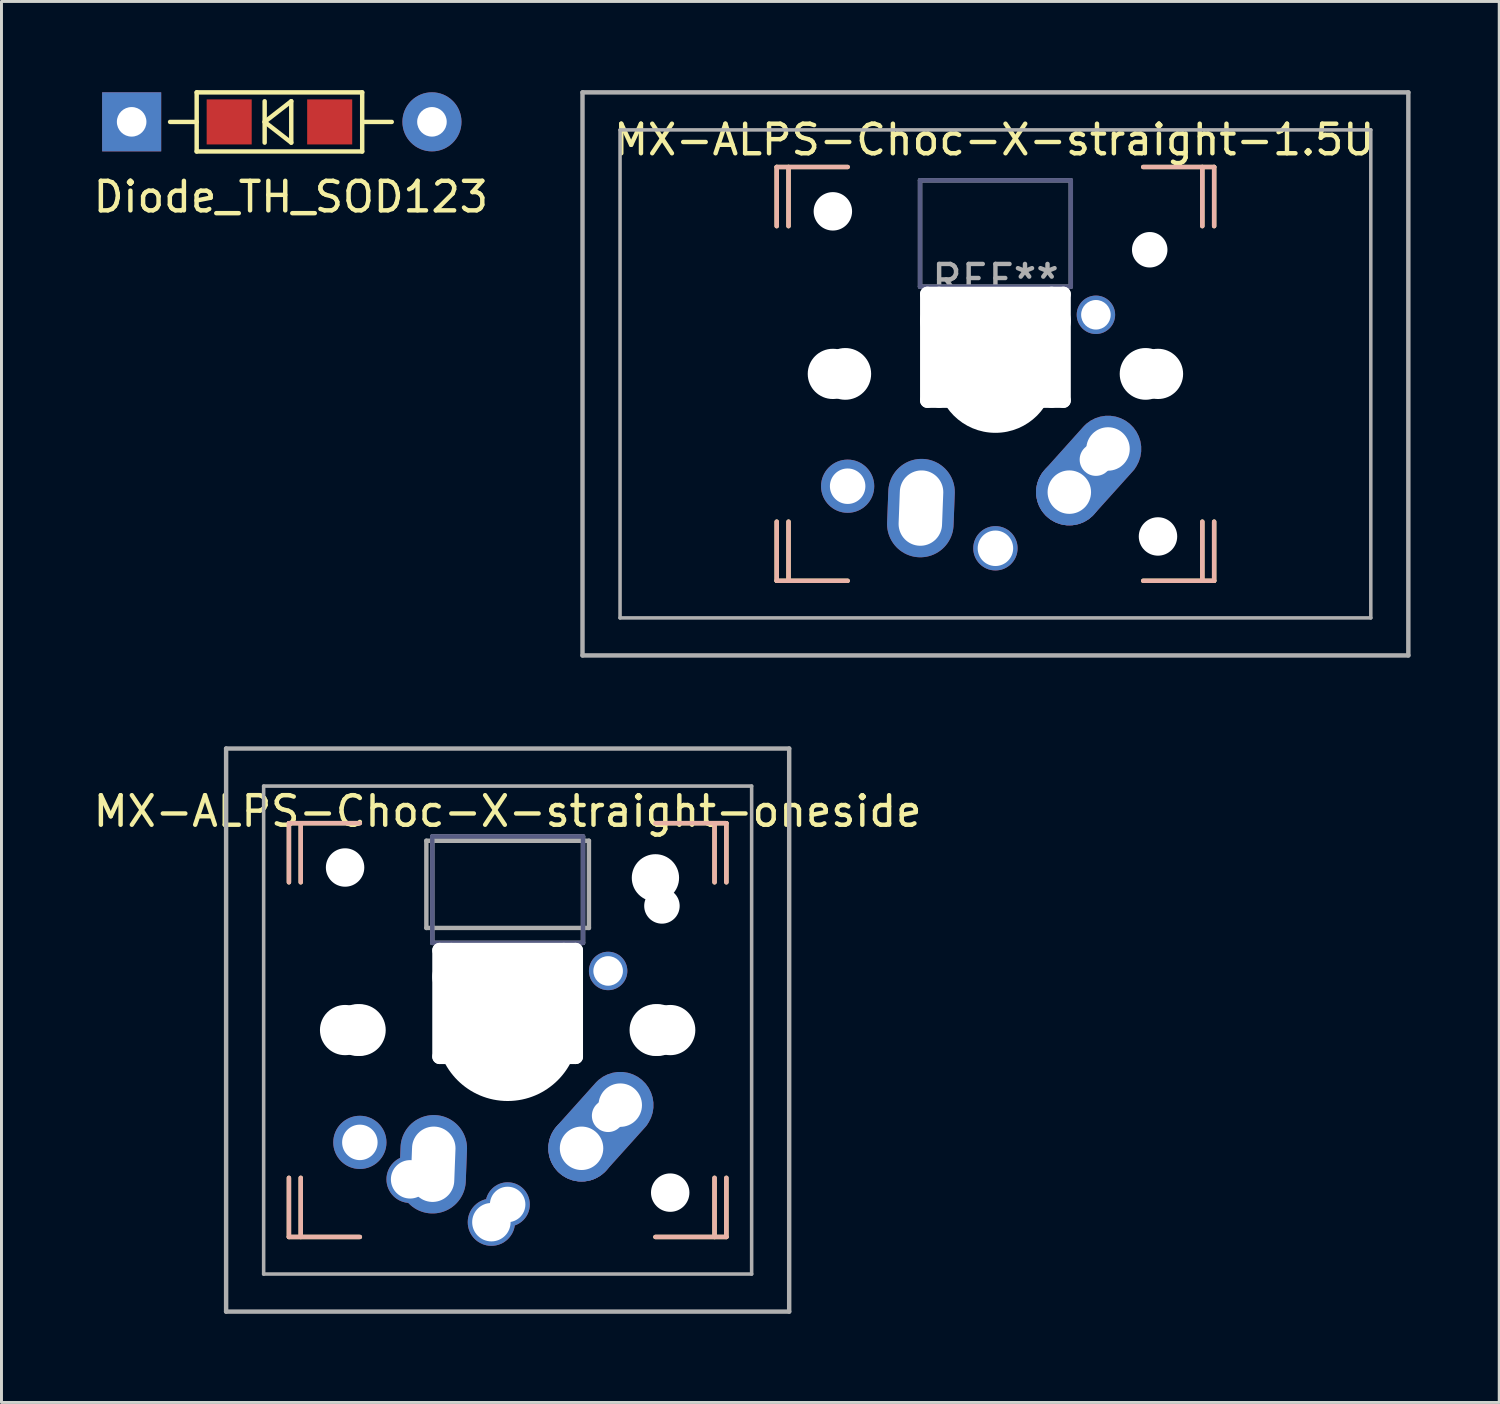
<source format=kicad_pcb>
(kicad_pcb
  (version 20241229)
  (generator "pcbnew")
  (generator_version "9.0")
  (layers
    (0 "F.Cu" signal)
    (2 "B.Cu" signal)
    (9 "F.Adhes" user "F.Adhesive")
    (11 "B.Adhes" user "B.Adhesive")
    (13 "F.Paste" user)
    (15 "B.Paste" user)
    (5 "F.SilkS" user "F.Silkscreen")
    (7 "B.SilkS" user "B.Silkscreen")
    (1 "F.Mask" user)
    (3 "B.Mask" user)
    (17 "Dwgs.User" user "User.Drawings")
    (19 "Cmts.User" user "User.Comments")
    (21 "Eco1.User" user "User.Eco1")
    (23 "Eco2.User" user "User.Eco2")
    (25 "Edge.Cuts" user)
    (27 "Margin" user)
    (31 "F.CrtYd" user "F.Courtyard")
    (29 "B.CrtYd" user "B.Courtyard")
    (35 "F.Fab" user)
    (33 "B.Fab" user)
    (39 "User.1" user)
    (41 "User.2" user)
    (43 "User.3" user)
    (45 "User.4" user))
  (footprint "MX-ALPS-Choc-X-straight-1.5U"
    (layer "F.Cu")
    (at 30.628 9.6)
    (property "Reference" "MX-ALPS-Choc-X-straight-1.5U" (at -0.04 -7.92 0) (layer "F.SilkS") (effects (font (size 1 1) (thickness 0.15))))
    (attr through_hole)
    (fp_line (start -7.4 -7) (end -5 -7) (stroke (width 0.15) (type solid)) (layer "F.SilkS"))
    (fp_line (start -7.4 -5) (end -7.4 -7) (stroke (width 0.15) (type solid)) (layer "F.SilkS"))
    (fp_line (start -7.4 5) (end -7.4 7) (stroke (width 0.15) (type solid)) (layer "F.SilkS"))
    (fp_line (start -7.4 7) (end -5 7) (stroke (width 0.15) (type solid)) (layer "F.SilkS"))
    (fp_line (start -7 -5) (end -7 -7) (stroke (width 0.15) (type solid)) (layer "F.SilkS"))
    (fp_line (start -7 5) (end -7 7) (stroke (width 0.15) (type solid)) (layer "F.SilkS"))
    (fp_line (start 5 7) (end 7.4 7) (stroke (width 0.15) (type solid)) (layer "F.SilkS"))
    (fp_line (start 7 -5) (end 7 -7) (stroke (width 0.15) (type solid)) (layer "F.SilkS"))
    (fp_line (start 7 7) (end 7 5) (stroke (width 0.15) (type solid)) (layer "F.SilkS"))
    (fp_line (start 7.4 -7) (end 5 -7) (stroke (width 0.15) (type solid)) (layer "F.SilkS"))
    (fp_line (start 7.4 -5) (end 7.4 -7) (stroke (width 0.15) (type solid)) (layer "F.SilkS"))
    (fp_line (start 7.4 7) (end 7.4 5) (stroke (width 0.15) (type solid)) (layer "F.SilkS"))
    (fp_line (start -7.4 -7) (end -7.4 -5) (stroke (width 0.15) (type solid)) (layer "B.SilkS"))
    (fp_line (start -7.4 7) (end -7.4 5) (stroke (width 0.15) (type solid)) (layer "B.SilkS"))
    (fp_line (start -7 -7) (end -7 -5) (stroke (width 0.15) (type solid)) (layer "B.SilkS"))
    (fp_line (start -7 7) (end -7 5) (stroke (width 0.15) (type solid)) (layer "B.SilkS"))
    (fp_line (start -5 -7) (end -7.4 -7) (stroke (width 0.15) (type solid)) (layer "B.SilkS"))
    (fp_line (start -5 7) (end -7.4 7) (stroke (width 0.15) (type solid)) (layer "B.SilkS"))
    (fp_line (start 5 7) (end 7.4 7) (stroke (width 0.15) (type solid)) (layer "B.SilkS"))
    (fp_line (start 7 -5) (end 7 -7) (stroke (width 0.15) (type solid)) (layer "B.SilkS"))
    (fp_line (start 7 7) (end 7 5) (stroke (width 0.15) (type solid)) (layer "B.SilkS"))
    (fp_line (start 7.4 -7) (end 5 -7) (stroke (width 0.15) (type solid)) (layer "B.SilkS"))
    (fp_line (start 7.4 -5) (end 7.4 -7) (stroke (width 0.15) (type solid)) (layer "B.SilkS"))
    (fp_line (start 7.4 7) (end 7.4 5) (stroke (width 0.15) (type solid)) (layer "B.SilkS"))
    (fp_line (start -2.55 -6.55) (end 2.55 -6.55) (stroke (width 0.15) (type solid)) (layer "B.Fab"))
    (fp_line (start -2.55 -2.95) (end -2.55 -6.55) (stroke (width 0.15) (type solid)) (layer "B.Fab"))
    (fp_line (start 2.55 -6.55) (end 2.55 -2.95) (stroke (width 0.15) (type solid)) (layer "B.Fab"))
    (fp_line (start 2.55 -2.95) (end -2.55 -2.95) (stroke (width 0.15) (type solid)) (layer "B.Fab"))
    (fp_line (start -13.97 -9.525) (end 13.97 -9.525) (stroke (width 0.15) (type solid)) (layer "F.Fab"))
    (fp_line (start -13.97 9.525) (end -13.97 -9.525) (stroke (width 0.15) (type solid)) (layer "F.Fab"))
    (fp_line (start -12.7 -8.255) (end 12.7 -8.255) (stroke (width 0.12) (type solid)) (layer "F.Fab"))
    (fp_line (start -12.7 8.255) (end -12.7 -8.255) (stroke (width 0.12) (type solid)) (layer "F.Fab"))
    (fp_line (start -2.55 -6.55) (end -2.55 -2.95) (stroke (width 0.15) (type solid)) (layer "F.Fab"))
    (fp_line (start -2.55 -2.95) (end 2.55 -2.95) (stroke (width 0.15) (type solid)) (layer "F.Fab"))
    (fp_line (start 2.55 -6.55) (end -2.55 -6.55) (stroke (width 0.15) (type solid)) (layer "F.Fab"))
    (fp_line (start 2.55 -2.95) (end 2.55 -6.55) (stroke (width 0.15) (type solid)) (layer "F.Fab"))
    (fp_line (start 12.7 -8.255) (end 12.7 8.255) (stroke (width 0.12) (type solid)) (layer "F.Fab"))
    (fp_line (start 12.7 8.255) (end -12.7 8.255) (stroke (width 0.12) (type solid)) (layer "F.Fab"))
    (fp_line (start 13.97 -9.525) (end 13.97 9.525) (stroke (width 0.15) (type solid)) (layer "F.Fab"))
    (fp_line (start 13.97 9.525) (end -13.97 9.525) (stroke (width 0.15) (type solid)) (layer "F.Fab"))
    (fp_text user "REF**" (at 0 -3.175 0) (layer "F.Fab") (effects (font (size 1 1) (thickness 0.15))))
    (pad "" np_thru_hole circle (at -5.5 0 228.1) (size 1.7 1.7) (drill 1.7) (layers "*.Cu" "*.Mask"))
    (pad "" np_thru_hole circle (at -5.5 -5.5) (size 1.3 1.3) (drill 1.3) (layers "*.Cu" "*.Mask"))
    (pad "" np_thru_hole circle (at -5.08 0 228.1) (size 1.75 1.75) (drill 1.75) (layers "*.Cu" "*.Mask"))
    (pad "" np_thru_hole oval (at -2.3 -0.9 180) (size 0.5 4.1) (drill oval 0.5 4.1) (layers "*.Cu" "*.Mask"))
    (pad "" np_thru_hole oval (at -1.905 -0.899 180) (size 0.5 4.1) (drill oval 0.5 4.1) (layers "*.Cu" "*.Mask"))
    (pad "" np_thru_hole oval (at 0 -2.7 180) (size 5.1 0.5) (drill oval 5.1 0.5) (layers "*.Cu" "*.Mask"))
    (pad "" np_thru_hole oval (at 0 -1.8 180) (size 5.1 1.5) (drill oval 5.1 1.5) (layers "*.Cu" "*.Mask"))
    (pad "" np_thru_hole circle (at 0 0 180) (size 3.988 3.988) (drill 3.988) (layers "*.Cu" "*.Mask"))
    (pad "" np_thru_hole oval (at 0 0.9 180) (size 5.1 0.5) (drill oval 5.1 0.5) (layers "*.Cu" "*.Mask"))
    (pad "" np_thru_hole oval (at 1.9 -0.9 180) (size 0.5 4.1) (drill oval 0.5 4.1) (layers "*.Cu" "*.Mask"))
    (pad "" np_thru_hole oval (at 2.3 -0.9 180) (size 0.5 4.1) (drill oval 0.5 4.1) (layers "*.Cu" "*.Mask"))
    (pad "" np_thru_hole circle (at 5.08 0 228.1) (size 1.75 1.75) (drill 1.75) (layers "*.Cu" "*.Mask"))
    (pad "" np_thru_hole circle (at 5.22 -4.2 228.1) (size 1.2 1.2) (drill 1.2) (layers "*.Cu" "*.Mask"))
    (pad "" np_thru_hole circle (at 5.5 0 228.1) (size 1.7 1.7) (drill 1.7) (layers "*.Cu" "*.Mask"))
    (pad "" np_thru_hole circle (at 5.5 5.5) (size 1.3 1.3) (drill 1.3) (layers "*.Cu" "*.Mask"))
    (pad "1" thru_hole circle (at -5 3.8 180) (size 1.8 1.8) (drill 1.2) (layers "*.Cu" "*.Mask"))
    (pad "1" thru_hole circle (at 3.4 -2) (size 1.3 1.3) (drill 1) (layers "*.Cu" "*.Mask"))
    (pad "2" thru_hole circle (at 0 5.9 180) (size 1.5 1.5) (drill 1.2) (layers "*.Cu" "*.Mask"))
    (pad "2" thru_hole circle (at 2.5 4 180) (size 2.25 2.25) (drill 1.47) (layers "*.Cu" "B.Mask"))
    (pad "2" thru_hole circle (at 3.4 2.9) (size 1.6 1.6) (drill 1.1) (layers "*.Cu" "*.Mask"))
    (pad "2" thru_hole custom (at 3.81 2.54 180) (size 2.25 2.25) (drill 1.47) (layers "*.Cu" "*.Mask") (options (anchor circle)) (primitives (gr_line (start 1.61 -1.16) (end 0.3 0.3) (width 1.4)) (gr_line (start 1.008 -1.758) (end -0.34 -0.26) (width 1.4)) (gr_arc (start 1.008433 -1.758425) (mid 1.609214 -1.760785) (end 1.61 -1.16) (width 1.4))))
    (pad "3" thru_hole oval (at -2.52 4.54 267.8) (size 3.33 2.25) (drill oval 2.55 1.47) (layers "*.Cu" "*.Mask")))
  (footprint "Diode_TH_SOD123"
    (layer "F.Cu")
    (at 1.404 1.075)
    (property "Reference" "Diode_TH_SOD123" (at 5.387 2.537 180) (layer "F.SilkS") (effects (font (size 1 1) (thickness 0.15))))
    (attr through_hole)
    (fp_line (start 1.3 0) (end 2.2 0) (stroke (width 0.15) (type solid)) (layer "F.SilkS"))
    (fp_line (start 2.2 -1) (end 7.8 -1) (stroke (width 0.15) (type solid)) (layer "F.SilkS"))
    (fp_line (start 2.2 1) (end 2.2 -1) (stroke (width 0.15) (type solid)) (layer "F.SilkS"))
    (fp_line (start 4.5 -0.7) (end 4.5 0.7) (stroke (width 0.15) (type solid)) (layer "F.SilkS"))
    (fp_line (start 4.5 0) (end 5.4 -0.7) (stroke (width 0.15) (type solid)) (layer "F.SilkS"))
    (fp_line (start 5.4 -0.7) (end 5.4 0.7) (stroke (width 0.15) (type solid)) (layer "F.SilkS"))
    (fp_line (start 5.4 0.7) (end 4.5 0) (stroke (width 0.15) (type solid)) (layer "F.SilkS"))
    (fp_line (start 7.8 -1) (end 7.8 1) (stroke (width 0.15) (type solid)) (layer "F.SilkS"))
    (fp_line (start 7.8 0) (end 8.8 0) (stroke (width 0.15) (type solid)) (layer "F.SilkS"))
    (fp_line (start 7.8 1) (end 2.2 1) (stroke (width 0.15) (type solid)) (layer "F.SilkS"))
    (pad "1" thru_hole rect (at 0 -0.003 180) (size 1.999 1.999) (drill 1) (layers "*.Cu" "*.Mask"))
    (pad "1" smd rect (at 3.3 0) (size 1.524 1.524) (layers "F.Cu" "F.Mask" "F.Paste"))
    (pad "2" smd rect (at 6.7 0) (size 1.524 1.524) (layers "F.Cu" "F.Mask" "F.Paste"))
    (pad "2" thru_hole circle (at 10.16 -0.003 180) (size 1.999 1.999) (drill 1) (layers "*.Cu" "*.Mask")))
  (footprint "MX-ALPS-Choc-X-straight-oneside"
    (layer "F.Cu")
    (at 14.125 31.8)
    (property "Reference" "MX-ALPS-Choc-X-straight-oneside" (at 0 -7.402 0) (layer "F.SilkS") (effects (font (size 1 1) (thickness 0.15))))
    (attr through_hole)
    (fp_line (start -7.4 -7) (end -5 -7) (stroke (width 0.15) (type solid)) (layer "F.SilkS"))
    (fp_line (start -7.4 -5) (end -7.4 -7) (stroke (width 0.15) (type solid)) (layer "F.SilkS"))
    (fp_line (start -7.4 5) (end -7.4 7) (stroke (width 0.15) (type solid)) (layer "F.SilkS"))
    (fp_line (start -7.4 7) (end -5 7) (stroke (width 0.15) (type solid)) (layer "F.SilkS"))
    (fp_line (start -7 -5) (end -7 -7) (stroke (width 0.15) (type solid)) (layer "F.SilkS"))
    (fp_line (start -7 5) (end -7 7) (stroke (width 0.15) (type solid)) (layer "F.SilkS"))
    (fp_line (start 5 7) (end 7.4 7) (stroke (width 0.15) (type solid)) (layer "F.SilkS"))
    (fp_line (start 7 -5) (end 7 -7) (stroke (width 0.15) (type solid)) (layer "F.SilkS"))
    (fp_line (start 7 7) (end 7 5) (stroke (width 0.15) (type solid)) (layer "F.SilkS"))
    (fp_line (start 7.4 -7) (end 5 -7) (stroke (width 0.15) (type solid)) (layer "F.SilkS"))
    (fp_line (start 7.4 -5) (end 7.4 -7) (stroke (width 0.15) (type solid)) (layer "F.SilkS"))
    (fp_line (start 7.4 7) (end 7.4 5) (stroke (width 0.15) (type solid)) (layer "F.SilkS"))
    (fp_line (start -7.4 -7) (end -7.4 -5) (stroke (width 0.15) (type solid)) (layer "B.SilkS"))
    (fp_line (start -7.4 7) (end -7.4 5) (stroke (width 0.15) (type solid)) (layer "B.SilkS"))
    (fp_line (start -7 -7) (end -7 -5) (stroke (width 0.15) (type solid)) (layer "B.SilkS"))
    (fp_line (start -7 7) (end -7 5) (stroke (width 0.15) (type solid)) (layer "B.SilkS"))
    (fp_line (start -5 -7) (end -7.4 -7) (stroke (width 0.15) (type solid)) (layer "B.SilkS"))
    (fp_line (start -5 7) (end -7.4 7) (stroke (width 0.15) (type solid)) (layer "B.SilkS"))
    (fp_line (start 5 7) (end 7.4 7) (stroke (width 0.15) (type solid)) (layer "B.SilkS"))
    (fp_line (start 7 -5) (end 7 -7) (stroke (width 0.15) (type solid)) (layer "B.SilkS"))
    (fp_line (start 7 7) (end 7 5) (stroke (width 0.15) (type solid)) (layer "B.SilkS"))
    (fp_line (start 7.4 -7) (end 5 -7) (stroke (width 0.15) (type solid)) (layer "B.SilkS"))
    (fp_line (start 7.4 -5) (end 7.4 -7) (stroke (width 0.15) (type solid)) (layer "B.SilkS"))
    (fp_line (start 7.4 7) (end 7.4 5) (stroke (width 0.15) (type solid)) (layer "B.SilkS"))
    (fp_line (start -2.55 -6.55) (end 2.55 -6.55) (stroke (width 0.15) (type solid)) (layer "B.Fab"))
    (fp_line (start -2.55 -2.95) (end -2.55 -6.55) (stroke (width 0.15) (type solid)) (layer "B.Fab"))
    (fp_line (start 2.55 -6.55) (end 2.55 -2.95) (stroke (width 0.15) (type solid)) (layer "B.Fab"))
    (fp_line (start 2.55 -2.95) (end -2.55 -2.95) (stroke (width 0.15) (type solid)) (layer "B.Fab"))
    (fp_line (start -9.525 -9.525) (end 9.525 -9.525) (stroke (width 0.15) (type solid)) (layer "F.Fab"))
    (fp_line (start -9.525 9.525) (end -9.525 -9.525) (stroke (width 0.15) (type solid)) (layer "F.Fab"))
    (fp_line (start -8.255 -8.255) (end 8.255 -8.255) (stroke (width 0.12) (type solid)) (layer "F.Fab"))
    (fp_line (start -8.255 8.255) (end -8.255 -8.255) (stroke (width 0.12) (type solid)) (layer "F.Fab"))
    (fp_line (start -2.75 -6.405) (end 2.75 -6.405) (stroke (width 0.15) (type solid)) (layer "F.Fab"))
    (fp_line (start -2.75 -3.455) (end -2.75 -6.405) (stroke (width 0.15) (type solid)) (layer "F.Fab"))
    (fp_line (start -2.75 -3.455) (end 2.75 -3.455) (stroke (width 0.15) (type solid)) (layer "F.Fab"))
    (fp_line (start -2.55 -6.55) (end -2.55 -2.95) (stroke (width 0.15) (type solid)) (layer "F.Fab"))
    (fp_line (start -2.55 -2.95) (end 2.55 -2.95) (stroke (width 0.15) (type solid)) (layer "F.Fab"))
    (fp_line (start 2.55 -6.55) (end -2.55 -6.55) (stroke (width 0.15) (type solid)) (layer "F.Fab"))
    (fp_line (start 2.55 -2.95) (end 2.55 -6.55) (stroke (width 0.15) (type solid)) (layer "F.Fab"))
    (fp_line (start 2.75 -3.455) (end 2.75 -6.405) (stroke (width 0.15) (type solid)) (layer "F.Fab"))
    (fp_line (start 8.255 -8.255) (end 8.255 8.255) (stroke (width 0.12) (type solid)) (layer "F.Fab"))
    (fp_line (start 8.255 8.255) (end -8.255 8.255) (stroke (width 0.12) (type solid)) (layer "F.Fab"))
    (fp_line (start 9.525 -9.525) (end 9.525 9.525) (stroke (width 0.15) (type solid)) (layer "F.Fab"))
    (fp_line (start 9.525 9.525) (end -9.525 9.525) (stroke (width 0.15) (type solid)) (layer "F.Fab"))
    (pad "" np_thru_hole circle (at -5.5 0 228.1) (size 1.7 1.7) (drill 1.7) (layers "*.Cu" "*.Mask"))
    (pad "" np_thru_hole circle (at -5.5 -5.5) (size 1.3 1.3) (drill 1.3) (layers "*.Cu" "*.Mask"))
    (pad "" np_thru_hole circle (at -5.08 0 228.1) (size 1.75 1.75) (drill 1.75) (layers "*.Cu" "*.Mask"))
    (pad "" np_thru_hole circle (at -5 0) (size 1.75 1.75) (drill 1.75) (layers "*.Cu" "*.Mask"))
    (pad "" np_thru_hole oval (at -2.3 -0.9 180) (size 0.5 4.1) (drill oval 0.5 4.1) (layers "*.Cu" "*.Mask"))
    (pad "" np_thru_hole oval (at -1.905 -0.899 180) (size 0.5 4.1) (drill oval 0.5 4.1) (layers "*.Cu" "*.Mask"))
    (pad "" np_thru_hole oval (at 0 -2.7 180) (size 5.1 0.5) (drill oval 5.1 0.5) (layers "*.Cu" "*.Mask"))
    (pad "" np_thru_hole oval (at 0 -1.8 180) (size 5.1 1.5) (drill oval 5.1 1.5) (layers "*.Cu" "*.Mask"))
    (pad "" np_thru_hole circle (at 0 0 180) (size 3.988 3.988) (drill 3.988) (layers "*.Cu" "*.Mask"))
    (pad "" np_thru_hole circle (at 0 0) (size 4.8 4.8) (drill 4.8) (layers "*.Cu" "*.Mask"))
    (pad "" np_thru_hole oval (at 0 0.9 180) (size 5.1 0.5) (drill oval 5.1 0.5) (layers "*.Cu" "*.Mask"))
    (pad "" np_thru_hole oval (at 1.9 -0.9 180) (size 0.5 4.1) (drill oval 0.5 4.1) (layers "*.Cu" "*.Mask"))
    (pad "" np_thru_hole oval (at 2.3 -0.9 180) (size 0.5 4.1) (drill oval 0.5 4.1) (layers "*.Cu" "*.Mask"))
    (pad "" np_thru_hole circle (at 5 -5.15) (size 1.6 1.6) (drill 1.6) (layers "*.Cu" "*.Mask"))
    (pad "" np_thru_hole circle (at 5 0) (size 1.75 1.75) (drill 1.75) (layers "*.Cu" "*.Mask"))
    (pad "" np_thru_hole circle (at 5.08 0 228.1) (size 1.75 1.75) (drill 1.75) (layers "*.Cu" "*.Mask"))
    (pad "" np_thru_hole circle (at 5.22 -4.2 228.1) (size 1.2 1.2) (drill 1.2) (layers "*.Cu" "*.Mask"))
    (pad "" np_thru_hole circle (at 5.5 0 228.1) (size 1.7 1.7) (drill 1.7) (layers "*.Cu" "*.Mask"))
    (pad "" np_thru_hole circle (at 5.5 5.5) (size 1.3 1.3) (drill 1.3) (layers "*.Cu" "*.Mask"))
    (pad "1" thru_hole circle (at -5 3.8 180) (size 1.8 1.8) (drill 1.2) (layers "*.Cu" "*.Mask"))
    (pad "1" thru_hole circle (at 3.4 -2) (size 1.3 1.3) (drill 1) (layers "*.Cu" "*.Mask"))
    (pad "2" thru_hole circle (at -0.55 6.5 180) (size 1.6 1.6) (drill 1.3) (layers "*.Cu" "*.Mask"))
    (pad "2" thru_hole circle (at 0 5.9 180) (size 1.5 1.5) (drill 1.2) (layers "*.Cu" "*.Mask"))
    (pad "2" thru_hole circle (at 2.5 4 180) (size 2.25 2.25) (drill 1.47) (layers "*.Cu" "B.Mask"))
    (pad "2" thru_hole circle (at 3.4 2.9) (size 1.6 1.6) (drill 1.1) (layers "*.Cu" "*.Mask"))
    (pad "2" thru_hole custom (at 3.81 2.54 180) (size 2.25 2.25) (drill 1.47) (layers "*.Cu" "*.Mask") (options (anchor circle)) (primitives (gr_line (start 1.61 -1.16) (end 0.3 0.3) (width 1.4)) (gr_line (start 1.008 -1.758) (end -0.34 -0.26) (width 1.4)) (gr_arc (start 1.008433 -1.758425) (mid 1.609214 -1.760785) (end 1.61 -1.16) (width 1.4))))
    (pad "3" thru_hole circle (at -3.3 5.05 180) (size 1.6 1.6) (drill 1.3) (layers "*.Cu" "*.Mask"))
    (pad "3" thru_hole oval (at -2.52 4.54 267.8) (size 3.33 2.25) (drill oval 2.55 1.47) (layers "*.Cu" "*.Mask")))
  (gr_rect
    (start -3 -3)
    (end 47.673 44.4)
    (stroke (width 0.1) (type default))
    (fill no)
    (layer "Edge.Cuts")))
</source>
